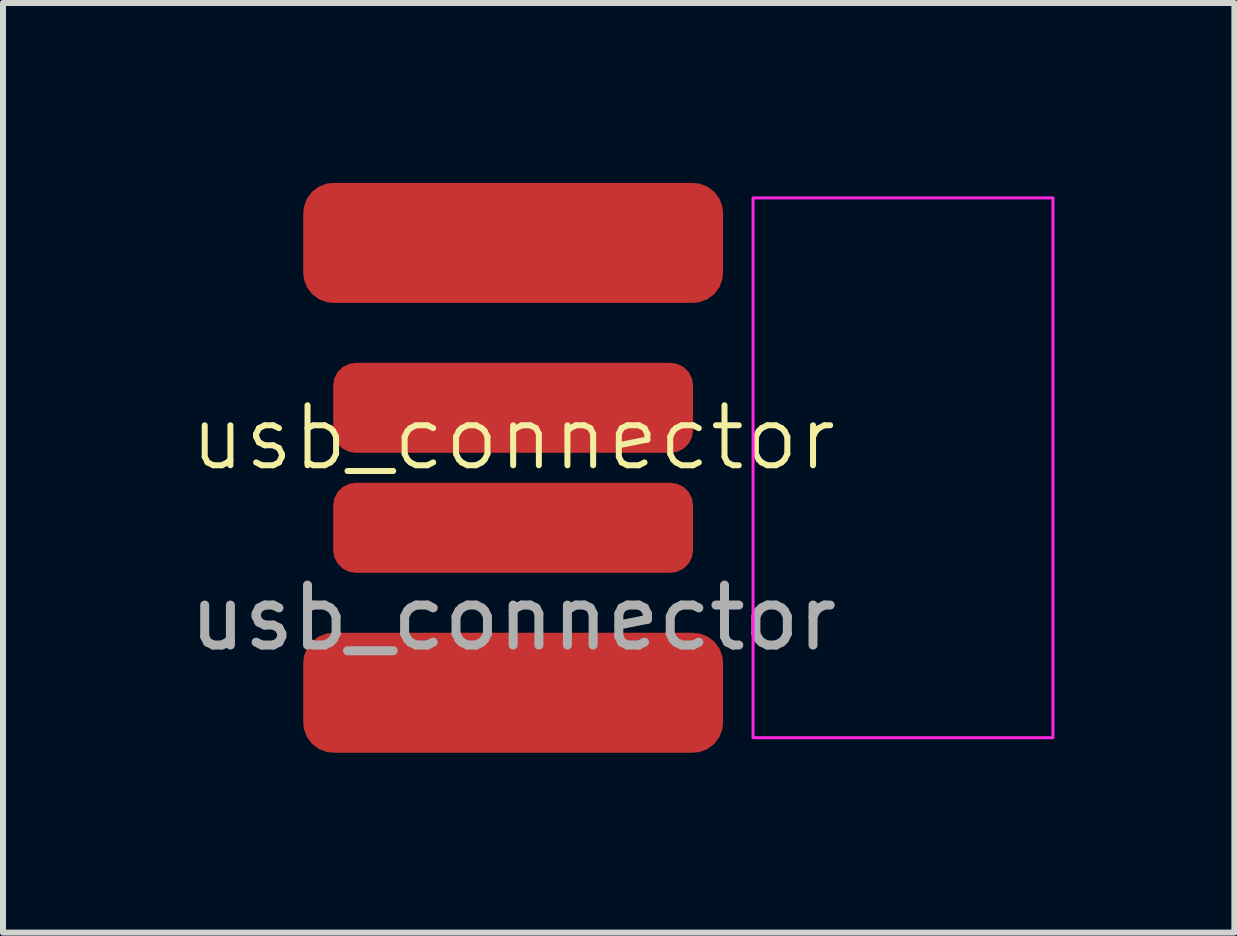
<source format=kicad_pcb>
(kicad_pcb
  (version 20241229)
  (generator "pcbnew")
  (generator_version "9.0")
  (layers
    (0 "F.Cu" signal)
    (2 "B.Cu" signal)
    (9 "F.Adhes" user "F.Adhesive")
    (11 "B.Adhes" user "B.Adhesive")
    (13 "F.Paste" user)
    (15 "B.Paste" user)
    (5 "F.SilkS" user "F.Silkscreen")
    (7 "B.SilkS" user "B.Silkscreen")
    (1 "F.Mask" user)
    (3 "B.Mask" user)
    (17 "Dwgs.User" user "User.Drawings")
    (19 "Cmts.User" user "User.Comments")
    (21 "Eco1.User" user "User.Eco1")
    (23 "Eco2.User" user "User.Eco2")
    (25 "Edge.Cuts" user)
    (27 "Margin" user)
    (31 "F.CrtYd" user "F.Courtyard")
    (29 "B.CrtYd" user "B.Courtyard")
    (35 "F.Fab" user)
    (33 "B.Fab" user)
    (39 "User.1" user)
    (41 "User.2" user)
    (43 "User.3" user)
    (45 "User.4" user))
  (footprint "usb_connector"
    (layer "F.Cu")
    (at 5.506 4.75)
    (property "Reference" "usb_connector" (at 0 -0.5 0) (unlocked yes) (layer "F.SilkS") (effects (font (size 1 1) (thickness 0.1))))
    (attr smd)
    (fp_rect (start 4 -4.5) (end 9 4.5) (stroke (width 0.05) (type default)) (fill no) (layer "F.CrtYd"))
    (fp_text user "${REFERENCE}" (at 0 2.5 0) (unlocked yes) (layer "F.Fab") (effects (font (size 1 1) (thickness 0.15))))
    (pad "1" smd roundrect (at 0 -3.75) (size 7 2) (layers "F.Cu" "F.Mask" "F.Paste") (roundrect_rratio 0.25))
    (pad "2" smd roundrect (at 0 -1) (size 6 1.5) (layers "F.Cu" "F.Mask" "F.Paste") (roundrect_rratio 0.25))
    (pad "3" smd roundrect (at 0 1) (size 6 1.5) (layers "F.Cu" "F.Mask" "F.Paste") (roundrect_rratio 0.25))
    (pad "4" smd roundrect (at 0 3.75) (size 7 2) (layers "F.Cu" "F.Mask" "F.Paste") (roundrect_rratio 0.25)))
  (gr_rect
    (start -3 -3)
    (end 17.531 12.5)
    (stroke (width 0.1) (type default))
    (fill no)
    (layer "Edge.Cuts")))
</source>
